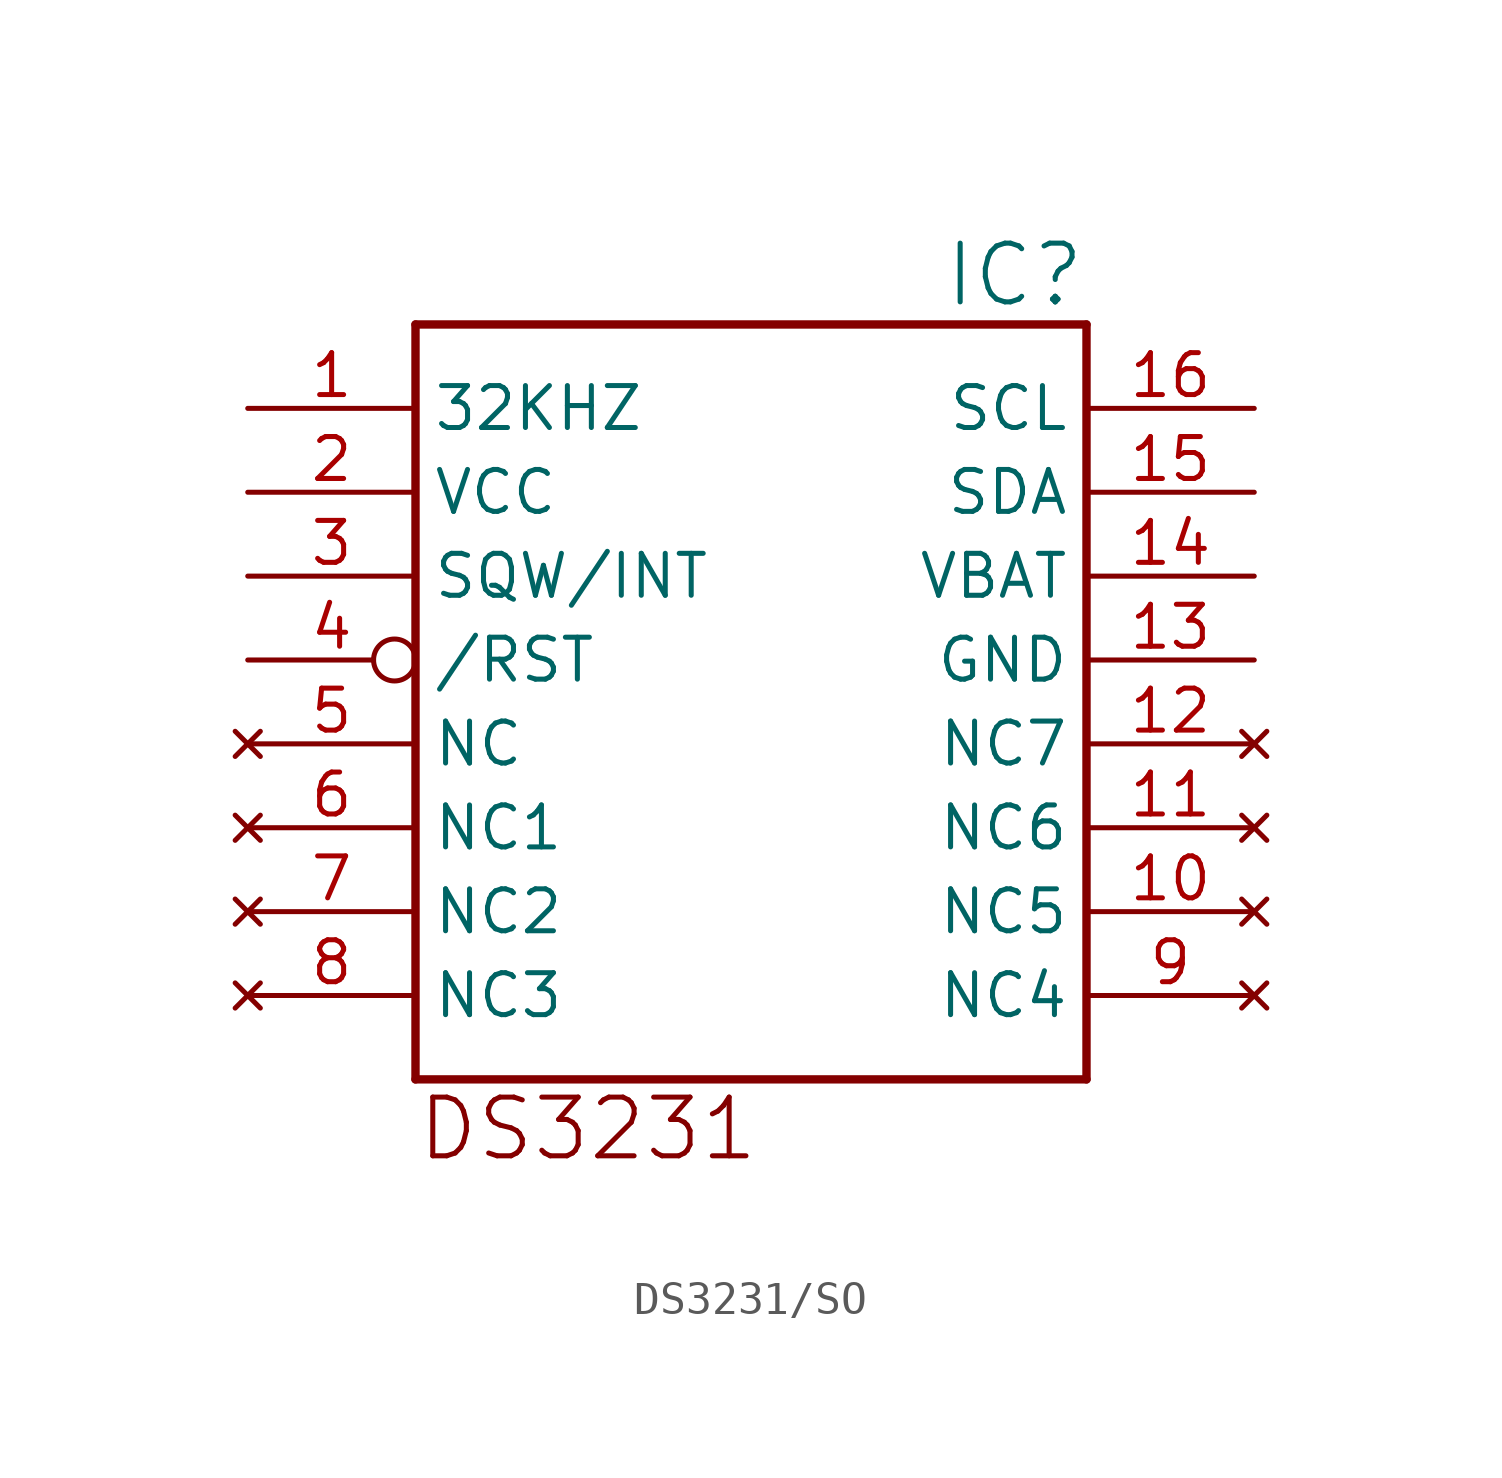
<source format=kicad_sym>
(kicad_symbol_lib
  (version 20231120)
  (generator "kicad_symbol_editor")
  (generator_version "8.0")
  (symbol "DS3231/SO"
    (property "Reference" "IC"
      (at 10.16 15.24 0)
      (effects (font (size 1.778 1.778)) (justify right top)))
    (property "ki_locked" ""
      (at 0 0 0)
      (effects (font (size 1.27 1.27))))
    (symbol "DS3231/SO_1_0"
      (polyline (pts (xy -10.16 -10.16) (xy -10.16 12.7)) (stroke (width 0.254) (type solid)) (fill (type none)))
      (polyline (pts (xy -10.16 12.7) (xy 10.16 12.7)) (stroke (width 0.254) (type solid)) (fill (type none)))
      (polyline (pts (xy 10.16 -10.16) (xy -10.16 -10.16)) (stroke (width 0.254) (type solid)) (fill (type none)))
      (polyline (pts (xy 10.16 12.7) (xy 10.16 -10.16)) (stroke (width 0.254) (type solid)) (fill (type none)))
      (text "DS3231" (at -10.16 -12.7 0) (effects (font (size 1.778 1.778)) (justify left bottom)))
      (pin output line (at -15.24 10.16 0) (length 5.08) (name "32KHZ" (effects (font (size 1.27 1.27)))) (number "1" (effects (font (size 1.27 1.27)))))
      (pin no_connect line (at 15.24 -5.08 180) (length 5.08) (name "NC5" (effects (font (size 1.27 1.27)))) (number "10" (effects (font (size 1.27 1.27)))))
      (pin no_connect line (at 15.24 -2.54 180) (length 5.08) (name "NC6" (effects (font (size 1.27 1.27)))) (number "11" (effects (font (size 1.27 1.27)))))
      (pin no_connect line (at 15.24 0 180) (length 5.08) (name "NC7" (effects (font (size 1.27 1.27)))) (number "12" (effects (font (size 1.27 1.27)))))
      (pin power_in line (at 15.24 2.54 180) (length 5.08) (name "GND" (effects (font (size 1.27 1.27)))) (number "13" (effects (font (size 1.27 1.27)))))
      (pin power_in line (at 15.24 5.08 180) (length 5.08) (name "VBAT" (effects (font (size 1.27 1.27)))) (number "14" (effects (font (size 1.27 1.27)))))
      (pin bidirectional line (at 15.24 7.62 180) (length 5.08) (name "SDA" (effects (font (size 1.27 1.27)))) (number "15" (effects (font (size 1.27 1.27)))))
      (pin bidirectional line (at 15.24 10.16 180) (length 5.08) (name "SCL" (effects (font (size 1.27 1.27)))) (number "16" (effects (font (size 1.27 1.27)))))
      (pin power_in line (at -15.24 7.62 0) (length 5.08) (name "VCC" (effects (font (size 1.27 1.27)))) (number "2" (effects (font (size 1.27 1.27)))))
      (pin output line (at -15.24 5.08 0) (length 5.08) (name "SQW/INT" (effects (font (size 1.27 1.27)))) (number "3" (effects (font (size 1.27 1.27)))))
      (pin passive inverted (at -15.24 2.54 0) (length 5.08) (name "/RST" (effects (font (size 1.27 1.27)))) (number "4" (effects (font (size 1.27 1.27)))))
      (pin no_connect line (at -15.24 0 0) (length 5.08) (name "NC" (effects (font (size 1.27 1.27)))) (number "5" (effects (font (size 1.27 1.27)))))
      (pin no_connect line (at -15.24 -2.54 0) (length 5.08) (name "NC1" (effects (font (size 1.27 1.27)))) (number "6" (effects (font (size 1.27 1.27)))))
      (pin no_connect line (at -15.24 -5.08 0) (length 5.08) (name "NC2" (effects (font (size 1.27 1.27)))) (number "7" (effects (font (size 1.27 1.27)))))
      (pin no_connect line (at -15.24 -7.62 0) (length 5.08) (name "NC3" (effects (font (size 1.27 1.27)))) (number "8" (effects (font (size 1.27 1.27)))))
      (pin no_connect line (at 15.24 -7.62 180) (length 5.08) (name "NC4" (effects (font (size 1.27 1.27)))) (number "9" (effects (font (size 1.27 1.27))))))))
</source>
